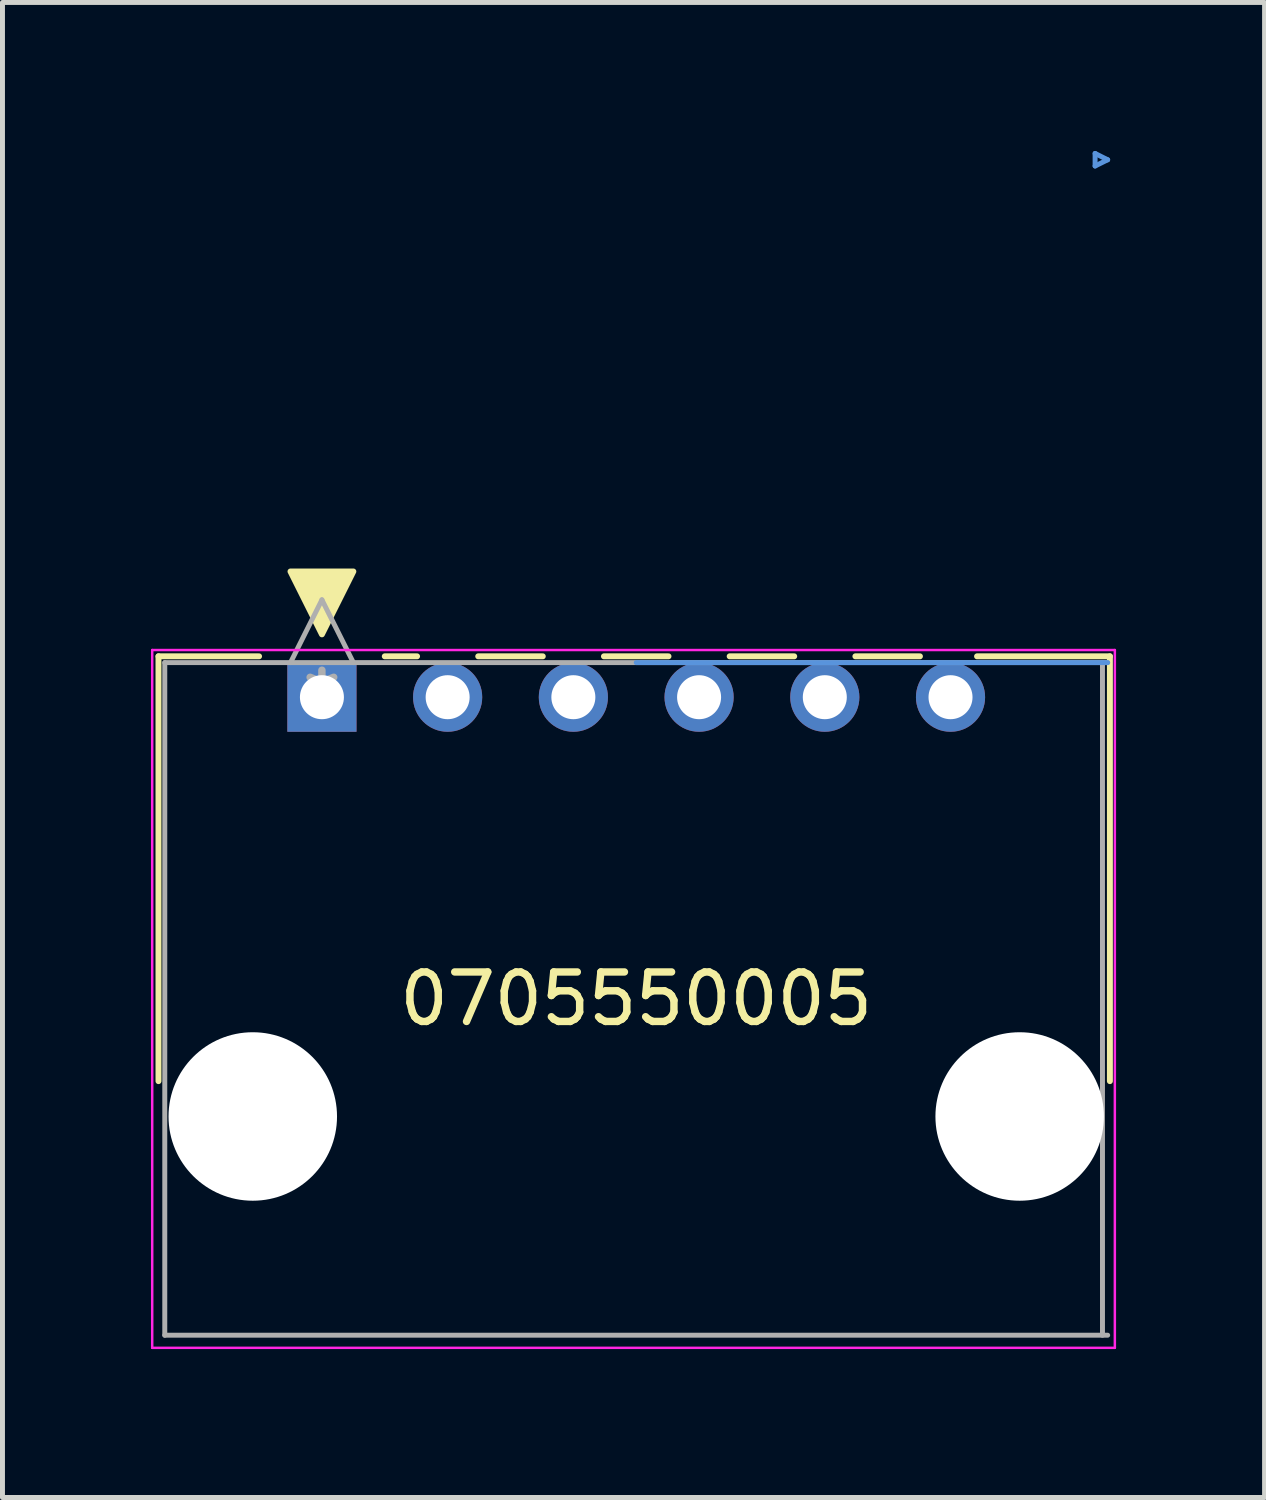
<source format=kicad_pcb>
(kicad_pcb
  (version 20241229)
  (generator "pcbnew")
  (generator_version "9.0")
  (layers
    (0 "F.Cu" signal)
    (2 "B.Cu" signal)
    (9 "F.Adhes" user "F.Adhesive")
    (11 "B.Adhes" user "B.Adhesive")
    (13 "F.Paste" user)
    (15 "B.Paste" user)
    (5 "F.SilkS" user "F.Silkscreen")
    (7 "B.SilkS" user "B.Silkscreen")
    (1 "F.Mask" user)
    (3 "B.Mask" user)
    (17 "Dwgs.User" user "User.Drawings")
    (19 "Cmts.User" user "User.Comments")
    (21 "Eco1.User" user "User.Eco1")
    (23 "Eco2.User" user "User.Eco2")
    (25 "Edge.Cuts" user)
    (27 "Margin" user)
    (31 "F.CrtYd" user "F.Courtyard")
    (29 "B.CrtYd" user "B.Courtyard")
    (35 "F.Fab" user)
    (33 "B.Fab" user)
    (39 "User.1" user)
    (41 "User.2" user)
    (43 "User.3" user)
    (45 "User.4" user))
  (footprint "0705550005"
    (layer "F.Cu")
    (at 3.454 11.036)
    (property "Reference" "0705550005" (at 6.35 6.096 0) (layer "F.SilkS") (effects (font (size 1 1) (thickness 0.15))))
    (attr through_hole)
    (fp_line (start -3.302 -0.826) (end -3.302 7.757) (stroke (width 0.12) (type solid)) (layer "F.SilkS"))
    (fp_line (start -1.27 -0.826) (end -3.302 -0.826) (stroke (width 0.12) (type solid)) (layer "F.SilkS"))
    (fp_line (start 1.922 -0.826) (end 1.27 -0.826) (stroke (width 0.12) (type solid)) (layer "F.SilkS"))
    (fp_line (start 4.462 -0.826) (end 3.158 -0.826) (stroke (width 0.12) (type solid)) (layer "F.SilkS"))
    (fp_line (start 7.002 -0.826) (end 5.698 -0.826) (stroke (width 0.12) (type solid)) (layer "F.SilkS"))
    (fp_line (start 9.542 -0.826) (end 8.238 -0.826) (stroke (width 0.12) (type solid)) (layer "F.SilkS"))
    (fp_line (start 12.082 -0.826) (end 10.778 -0.826) (stroke (width 0.12) (type solid)) (layer "F.SilkS"))
    (fp_line (start 15.92 -0.826) (end 13.236 -0.826) (stroke (width 0.12) (type solid)) (layer "F.SilkS"))
    (fp_line (start 15.92 7.757) (end 15.92 -0.826) (stroke (width 0.12) (type solid)) (layer "F.SilkS"))
    (fp_poly (pts (xy 0 -1.27) (xy -0.635 -2.54) (xy 0.635 -2.54)) (stroke (width 0.12) (type solid)) (fill yes) (layer "F.SilkS"))
    (fp_line (start 6.35 -0.699) (end 15.875 -0.699) (stroke (width 0.1) (type solid)) (layer "Cmts.User"))
    (fp_line (start 15.621 -10.986) (end 15.621 -10.732) (stroke (width 0.1) (type solid)) (layer "Cmts.User"))
    (fp_line (start 15.875 -10.858) (end 15.621 -10.986) (stroke (width 0.1) (type solid)) (layer "Cmts.User"))
    (fp_line (start 15.875 -10.858) (end 15.621 -10.732) (stroke (width 0.1) (type solid)) (layer "Cmts.User"))
    (fp_line (start -3.429 -0.953) (end -3.429 13.145) (stroke (width 0.05) (type solid)) (layer "F.CrtYd"))
    (fp_line (start -3.429 -0.953) (end 16.02 -0.953) (stroke (width 0.05) (type solid)) (layer "F.CrtYd"))
    (fp_line (start 16.02 -0.953) (end 16.02 13.145) (stroke (width 0.05) (type solid)) (layer "F.CrtYd"))
    (fp_line (start 16.02 13.145) (end -3.429 13.145) (stroke (width 0.05) (type solid)) (layer "F.CrtYd"))
    (fp_line (start -3.175 -0.699) (end -3.175 12.89) (stroke (width 0.1) (type solid)) (layer "F.Fab"))
    (fp_line (start -3.175 12.89) (end 15.875 12.89) (stroke (width 0.1) (type solid)) (layer "F.Fab"))
    (fp_line (start -0.635 -0.699) (end 0 -1.968) (stroke (width 0.1) (type solid)) (layer "F.Fab"))
    (fp_line (start 0.635 -0.699) (end 0 -1.968) (stroke (width 0.1) (type solid)) (layer "F.Fab"))
    (fp_line (start 15.77 12.89) (end 15.77 -0.699) (stroke (width 0.1) (type solid)) (layer "F.Fab"))
    (fp_line (start 15.875 -0.699) (end -3.175 -0.699) (stroke (width 0.1) (type solid)) (layer "F.Fab"))
    (fp_text user "*" (at 0 0 0) (layer "F.Fab") (effects (font (size 1 1) (thickness 0.15))))
    (pad "" np_thru_hole circle (at -1.397 8.471 90) (size 3.404 3.404) (drill 3.404) (layers "*.Cu" "*.Mask"))
    (pad "" np_thru_hole circle (at 14.097 8.471 90) (size 3.404 3.404) (drill 3.404) (layers "*.Cu" "*.Mask"))
    (pad "1" thru_hole rect (at 0 0) (size 1.397 1.397) (drill 0.889) (layers "*.Cu" "*.Mask"))
    (pad "2" thru_hole circle (at 2.54 0) (size 1.397 1.397) (drill 0.889) (layers "*.Cu" "*.Mask"))
    (pad "3" thru_hole circle (at 5.08 0) (size 1.397 1.397) (drill 0.889) (layers "*.Cu" "*.Mask"))
    (pad "4" thru_hole circle (at 7.62 0) (size 1.397 1.397) (drill 0.889) (layers "*.Cu" "*.Mask"))
    (pad "5" thru_hole circle (at 10.16 0) (size 1.397 1.397) (drill 0.889) (layers "*.Cu" "*.Mask"))
    (pad "6" thru_hole circle (at 12.7 0) (size 1.397 1.397) (drill 0.889) (layers "*.Cu" "*.Mask")))
  (gr_rect
    (start -3 -3)
    (end 22.499 27.205)
    (stroke (width 0.1) (type default))
    (fill no)
    (layer "Edge.Cuts")))
</source>
